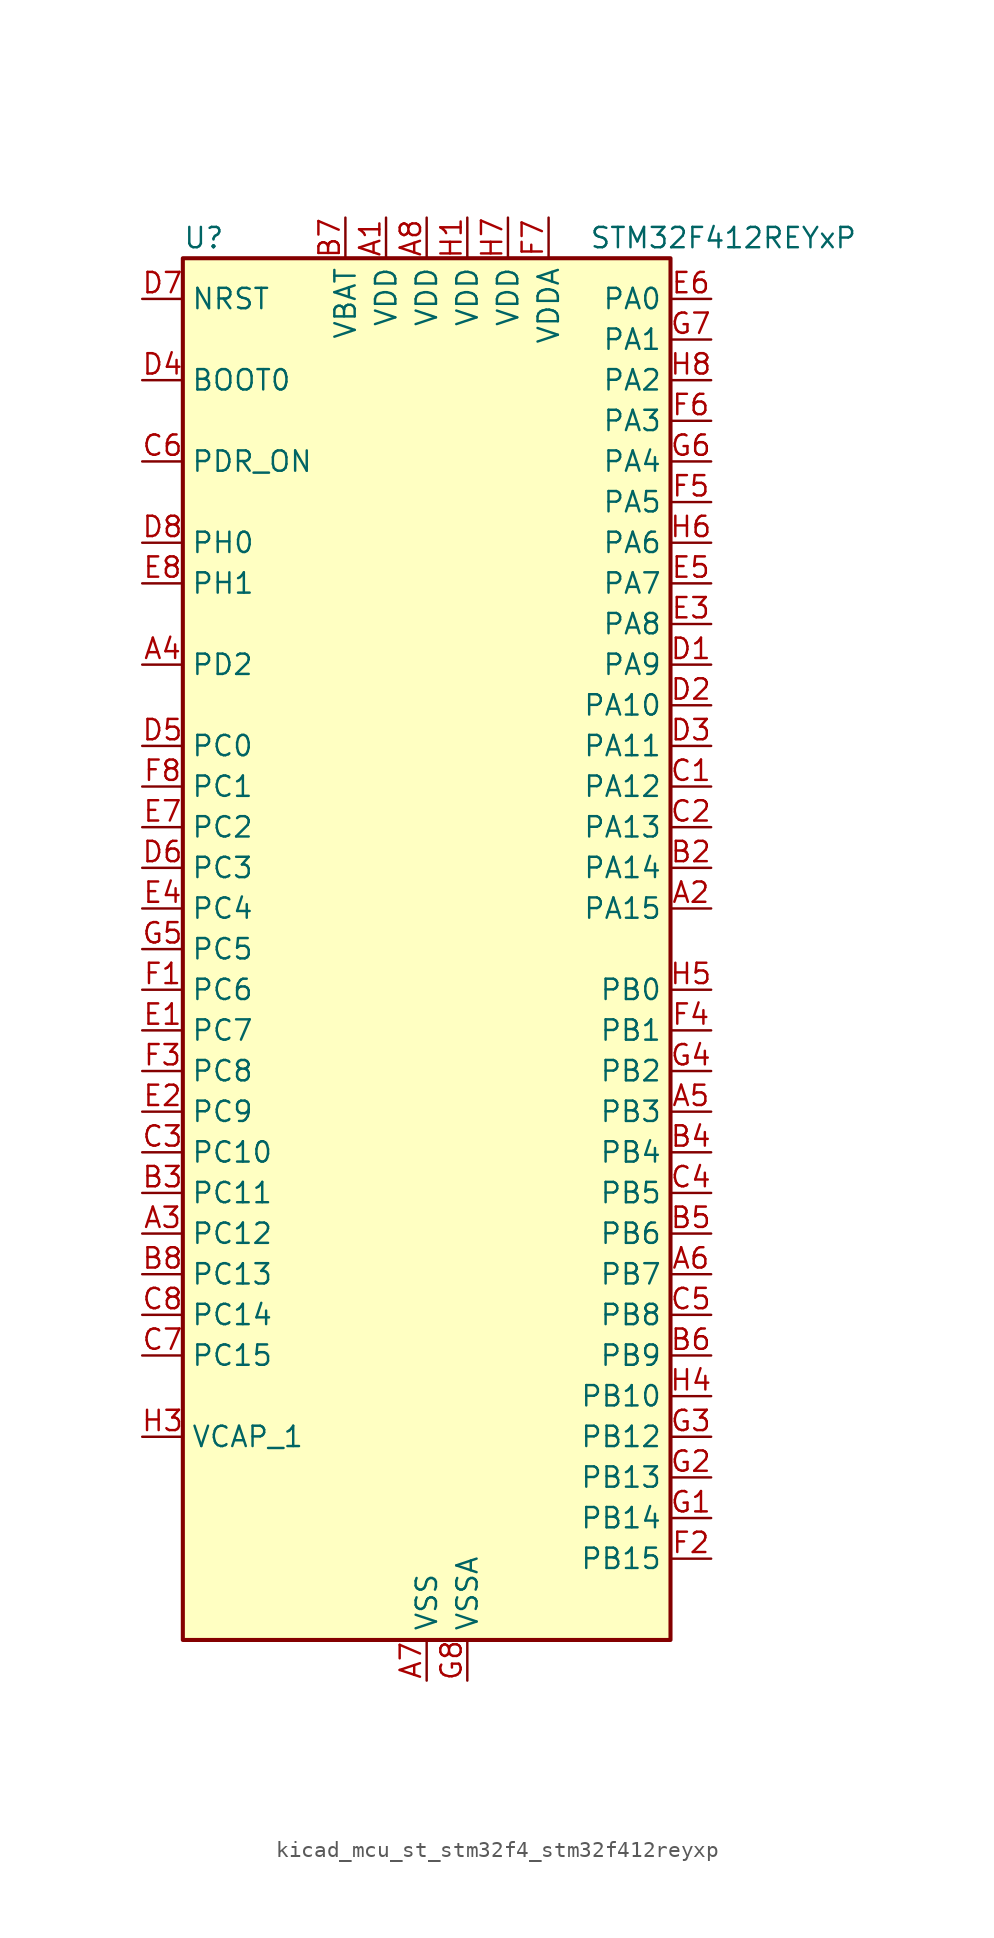
<source format=kicad_sym>
(kicad_symbol_lib
  (version 20220914)
  (generator kicad_symbol_editor)
  (symbol "kicad_mcu_st_stm32f4_stm32f412reyxp"
    (property "Reference" "U"
      (at -15.24 44.45 0)
      (effects (font (size 1.27 1.27)) (justify left)))
    (property "Value" "STM32F412REYxP"
      (at 10.16 44.45 0)
      (effects (font (size 1.27 1.27)) (justify left)))
    (property "ki_locked" ""
      (at 0 0 0)
      (effects (font (size 1.27 1.27))))
    (symbol "kicad_mcu_st_stm32f4_stm32f412reyxp_0_1"
      (rectangle (start -15.24 -43.18) (end 15.24 43.18) (stroke (width 0.254) (type default)) (fill (type background))))
    (symbol "kicad_mcu_st_stm32f4_stm32f412reyxp_1_1"
      (pin power_in line (at -2.54 45.72 270) (length 2.54) (name "VDD" (effects (font (size 1.27 1.27)))) (number "A1" (effects (font (size 1.27 1.27)))))
      (pin bidirectional line (at 17.78 2.54 180) (length 2.54) (name "PA15" (effects (font (size 1.27 1.27)))) (number "A2" (effects (font (size 1.27 1.27)))) (alternate "ADC1_EXTI15" bidirectional line) (alternate "I2S1_WS" bidirectional line) (alternate "I2S3_WS" bidirectional line) (alternate "SPI1_NSS" bidirectional line) (alternate "SPI3_NSS" bidirectional line) (alternate "SYS_JTDI" bidirectional line) (alternate "TIM2_CH1" bidirectional line) (alternate "TIM2_ETR" bidirectional line) (alternate "USART1_TX" bidirectional line))
      (pin bidirectional line (at -17.78 -17.78 0) (length 2.54) (name "PC12" (effects (font (size 1.27 1.27)))) (number "A3" (effects (font (size 1.27 1.27)))) (alternate "FSMC_D3" bidirectional line) (alternate "FSMC_DA3" bidirectional line) (alternate "I2S3_SD" bidirectional line) (alternate "SDIO_CK" bidirectional line) (alternate "SPI3_MOSI" bidirectional line) (alternate "USART3_CK" bidirectional line))
      (pin bidirectional line (at -17.78 17.78 0) (length 2.54) (name "PD2" (effects (font (size 1.27 1.27)))) (number "A4" (effects (font (size 1.27 1.27)))) (alternate "FSMC_NWE" bidirectional line) (alternate "SDIO_CMD" bidirectional line) (alternate "TIM3_ETR" bidirectional line))
      (pin bidirectional line (at 17.78 -10.16 180) (length 2.54) (name "PB3" (effects (font (size 1.27 1.27)))) (number "A5" (effects (font (size 1.27 1.27)))) (alternate "FMPI2C1_SDA" bidirectional line) (alternate "I2C2_SDA" bidirectional line) (alternate "I2S1_CK" bidirectional line) (alternate "I2S3_CK" bidirectional line) (alternate "SPI1_SCK" bidirectional line) (alternate "SPI3_SCK" bidirectional line) (alternate "SYS_JTDO-SWO" bidirectional line) (alternate "TIM2_CH2" bidirectional line) (alternate "USART1_RX" bidirectional line))
      (pin bidirectional line (at 17.78 -20.32 180) (length 2.54) (name "PB7" (effects (font (size 1.27 1.27)))) (number "A6" (effects (font (size 1.27 1.27)))) (alternate "FSMC_NL" bidirectional line) (alternate "I2C1_SDA" bidirectional line) (alternate "TIM4_CH2" bidirectional line) (alternate "USART1_RX" bidirectional line))
      (pin power_in line (at 0 -45.72 90) (length 2.54) (name "VSS" (effects (font (size 1.27 1.27)))) (number "A7" (effects (font (size 1.27 1.27)))))
      (pin power_in line (at 0 45.72 270) (length 2.54) (name "VDD" (effects (font (size 1.27 1.27)))) (number "A8" (effects (font (size 1.27 1.27)))))
      (pin passive line (at 0 -45.72 90) (length 2.54) hide (name "VSS" (effects (font (size 1.27 1.27)))) (number "B1" (effects (font (size 1.27 1.27)))))
      (pin bidirectional line (at 17.78 5.08 180) (length 2.54) (name "PA14" (effects (font (size 1.27 1.27)))) (number "B2" (effects (font (size 1.27 1.27)))) (alternate "SYS_JTCK-SWCLK" bidirectional line))
      (pin bidirectional line (at -17.78 -15.24 0) (length 2.54) (name "PC11" (effects (font (size 1.27 1.27)))) (number "B3" (effects (font (size 1.27 1.27)))) (alternate "ADC1_EXTI11" bidirectional line) (alternate "FSMC_D2" bidirectional line) (alternate "FSMC_DA2" bidirectional line) (alternate "I2S3_ext_SD" bidirectional line) (alternate "QUADSPI_BK2_NCS" bidirectional line) (alternate "SDIO_D3" bidirectional line) (alternate "SPI3_MISO" bidirectional line) (alternate "USART3_RX" bidirectional line))
      (pin bidirectional line (at 17.78 -12.7 180) (length 2.54) (name "PB4" (effects (font (size 1.27 1.27)))) (number "B4" (effects (font (size 1.27 1.27)))) (alternate "I2C3_SDA" bidirectional line) (alternate "I2S3_ext_SD" bidirectional line) (alternate "SDIO_D0" bidirectional line) (alternate "SPI1_MISO" bidirectional line) (alternate "SPI3_MISO" bidirectional line) (alternate "SYS_JTRST" bidirectional line) (alternate "TIM3_CH1" bidirectional line))
      (pin bidirectional line (at 17.78 -17.78 180) (length 2.54) (name "PB6" (effects (font (size 1.27 1.27)))) (number "B5" (effects (font (size 1.27 1.27)))) (alternate "CAN2_TX" bidirectional line) (alternate "I2C1_SCL" bidirectional line) (alternate "QUADSPI_BK1_NCS" bidirectional line) (alternate "SDIO_D0" bidirectional line) (alternate "TIM4_CH1" bidirectional line) (alternate "USART1_TX" bidirectional line))
      (pin bidirectional line (at 17.78 -25.4 180) (length 2.54) (name "PB9" (effects (font (size 1.27 1.27)))) (number "B6" (effects (font (size 1.27 1.27)))) (alternate "CAN1_TX" bidirectional line) (alternate "I2C1_SDA" bidirectional line) (alternate "I2C2_SDA" bidirectional line) (alternate "I2S2_WS" bidirectional line) (alternate "SDIO_D5" bidirectional line) (alternate "SPI2_NSS" bidirectional line) (alternate "TIM11_CH1" bidirectional line) (alternate "TIM4_CH4" bidirectional line))
      (pin power_in line (at -5.08 45.72 270) (length 2.54) (name "VBAT" (effects (font (size 1.27 1.27)))) (number "B7" (effects (font (size 1.27 1.27)))))
      (pin bidirectional line (at -17.78 -20.32 0) (length 2.54) (name "PC13" (effects (font (size 1.27 1.27)))) (number "B8" (effects (font (size 1.27 1.27)))) (alternate "RTC_AF1" bidirectional line))
      (pin bidirectional line (at 17.78 10.16 180) (length 2.54) (name "PA12" (effects (font (size 1.27 1.27)))) (number "C1" (effects (font (size 1.27 1.27)))) (alternate "CAN1_TX" bidirectional line) (alternate "SPI5_MISO" bidirectional line) (alternate "TIM1_ETR" bidirectional line) (alternate "USART1_RTS" bidirectional line) (alternate "USART6_RX" bidirectional line) (alternate "USB_OTG_FS_DP" bidirectional line))
      (pin bidirectional line (at 17.78 7.62 180) (length 2.54) (name "PA13" (effects (font (size 1.27 1.27)))) (number "C2" (effects (font (size 1.27 1.27)))) (alternate "SYS_JTMS-SWDIO" bidirectional line))
      (pin bidirectional line (at -17.78 -12.7 0) (length 2.54) (name "PC10" (effects (font (size 1.27 1.27)))) (number "C3" (effects (font (size 1.27 1.27)))) (alternate "I2S3_CK" bidirectional line) (alternate "QUADSPI_BK1_IO1" bidirectional line) (alternate "SDIO_D2" bidirectional line) (alternate "SPI3_SCK" bidirectional line) (alternate "USART3_TX" bidirectional line))
      (pin bidirectional line (at 17.78 -15.24 180) (length 2.54) (name "PB5" (effects (font (size 1.27 1.27)))) (number "C4" (effects (font (size 1.27 1.27)))) (alternate "CAN2_RX" bidirectional line) (alternate "I2C1_SMBA" bidirectional line) (alternate "I2S1_SD" bidirectional line) (alternate "I2S3_SD" bidirectional line) (alternate "SDIO_D3" bidirectional line) (alternate "SPI1_MOSI" bidirectional line) (alternate "SPI3_MOSI" bidirectional line) (alternate "TIM3_CH2" bidirectional line))
      (pin bidirectional line (at 17.78 -22.86 180) (length 2.54) (name "PB8" (effects (font (size 1.27 1.27)))) (number "C5" (effects (font (size 1.27 1.27)))) (alternate "CAN1_RX" bidirectional line) (alternate "I2C1_SCL" bidirectional line) (alternate "I2C3_SDA" bidirectional line) (alternate "I2S5_SD" bidirectional line) (alternate "SDIO_D4" bidirectional line) (alternate "SPI5_MOSI" bidirectional line) (alternate "TIM10_CH1" bidirectional line) (alternate "TIM4_CH3" bidirectional line))
      (pin input line (at -17.78 30.48 0) (length 2.54) (name "PDR_ON" (effects (font (size 1.27 1.27)))) (number "C6" (effects (font (size 1.27 1.27)))))
      (pin bidirectional line (at -17.78 -25.4 0) (length 2.54) (name "PC15" (effects (font (size 1.27 1.27)))) (number "C7" (effects (font (size 1.27 1.27)))) (alternate "ADC1_EXTI15" bidirectional line) (alternate "RCC_OSC32_OUT" bidirectional line))
      (pin bidirectional line (at -17.78 -22.86 0) (length 2.54) (name "PC14" (effects (font (size 1.27 1.27)))) (number "C8" (effects (font (size 1.27 1.27)))) (alternate "RCC_OSC32_IN" bidirectional line))
      (pin bidirectional line (at 17.78 17.78 180) (length 2.54) (name "PA9" (effects (font (size 1.27 1.27)))) (number "D1" (effects (font (size 1.27 1.27)))) (alternate "I2C3_SMBA" bidirectional line) (alternate "SDIO_D2" bidirectional line) (alternate "TIM1_CH2" bidirectional line) (alternate "USART1_TX" bidirectional line) (alternate "USB_OTG_FS_VBUS" bidirectional line))
      (pin bidirectional line (at 17.78 15.24 180) (length 2.54) (name "PA10" (effects (font (size 1.27 1.27)))) (number "D2" (effects (font (size 1.27 1.27)))) (alternate "I2S5_SD" bidirectional line) (alternate "SPI5_MOSI" bidirectional line) (alternate "TIM1_CH3" bidirectional line) (alternate "USART1_RX" bidirectional line) (alternate "USB_OTG_FS_ID" bidirectional line))
      (pin bidirectional line (at 17.78 12.7 180) (length 2.54) (name "PA11" (effects (font (size 1.27 1.27)))) (number "D3" (effects (font (size 1.27 1.27)))) (alternate "ADC1_EXTI11" bidirectional line) (alternate "CAN1_RX" bidirectional line) (alternate "SPI4_MISO" bidirectional line) (alternate "TIM1_CH4" bidirectional line) (alternate "USART1_CTS" bidirectional line) (alternate "USART6_TX" bidirectional line) (alternate "USB_OTG_FS_DM" bidirectional line))
      (pin input line (at -17.78 35.56 0) (length 2.54) (name "BOOT0" (effects (font (size 1.27 1.27)))) (number "D4" (effects (font (size 1.27 1.27)))))
      (pin bidirectional line (at -17.78 12.7 0) (length 2.54) (name "PC0" (effects (font (size 1.27 1.27)))) (number "D5" (effects (font (size 1.27 1.27)))) (alternate "ADC1_IN10" bidirectional line) (alternate "SYS_WKUP2" bidirectional line))
      (pin bidirectional line (at -17.78 5.08 0) (length 2.54) (name "PC3" (effects (font (size 1.27 1.27)))) (number "D6" (effects (font (size 1.27 1.27)))) (alternate "ADC1_IN13" bidirectional line) (alternate "FSMC_A0" bidirectional line) (alternate "I2S2_SD" bidirectional line) (alternate "SPI2_MOSI" bidirectional line))
      (pin input line (at -17.78 40.64 0) (length 2.54) (name "NRST" (effects (font (size 1.27 1.27)))) (number "D7" (effects (font (size 1.27 1.27)))))
      (pin bidirectional line (at -17.78 25.4 0) (length 2.54) (name "PH0" (effects (font (size 1.27 1.27)))) (number "D8" (effects (font (size 1.27 1.27)))) (alternate "RCC_OSC_IN" bidirectional line))
      (pin bidirectional line (at -17.78 -5.08 0) (length 2.54) (name "PC7" (effects (font (size 1.27 1.27)))) (number "E1" (effects (font (size 1.27 1.27)))) (alternate "DFSDM1_DATIN3" bidirectional line) (alternate "FMPI2C1_SDA" bidirectional line) (alternate "I2S2_CK" bidirectional line) (alternate "I2S3_MCK" bidirectional line) (alternate "SDIO_D7" bidirectional line) (alternate "SPI2_SCK" bidirectional line) (alternate "TIM3_CH2" bidirectional line) (alternate "TIM8_CH2" bidirectional line) (alternate "USART6_RX" bidirectional line))
      (pin bidirectional line (at -17.78 -10.16 0) (length 2.54) (name "PC9" (effects (font (size 1.27 1.27)))) (number "E2" (effects (font (size 1.27 1.27)))) (alternate "I2C3_SDA" bidirectional line) (alternate "I2S_CKIN" bidirectional line) (alternate "QUADSPI_BK1_IO0" bidirectional line) (alternate "RCC_MCO_2" bidirectional line) (alternate "SDIO_D1" bidirectional line) (alternate "TIM3_CH4" bidirectional line) (alternate "TIM8_CH4" bidirectional line))
      (pin bidirectional line (at 17.78 20.32 180) (length 2.54) (name "PA8" (effects (font (size 1.27 1.27)))) (number "E3" (effects (font (size 1.27 1.27)))) (alternate "I2C3_SCL" bidirectional line) (alternate "RCC_MCO_1" bidirectional line) (alternate "SDIO_D1" bidirectional line) (alternate "TIM1_CH1" bidirectional line) (alternate "USART1_CK" bidirectional line) (alternate "USB_OTG_FS_SOF" bidirectional line))
      (pin bidirectional line (at -17.78 2.54 0) (length 2.54) (name "PC4" (effects (font (size 1.27 1.27)))) (number "E4" (effects (font (size 1.27 1.27)))) (alternate "ADC1_IN14" bidirectional line) (alternate "FSMC_NE4" bidirectional line) (alternate "I2S1_MCK" bidirectional line) (alternate "QUADSPI_BK2_IO2" bidirectional line))
      (pin bidirectional line (at 17.78 22.86 180) (length 2.54) (name "PA7" (effects (font (size 1.27 1.27)))) (number "E5" (effects (font (size 1.27 1.27)))) (alternate "ADC1_IN7" bidirectional line) (alternate "I2S1_SD" bidirectional line) (alternate "QUADSPI_BK2_IO1" bidirectional line) (alternate "SPI1_MOSI" bidirectional line) (alternate "TIM14_CH1" bidirectional line) (alternate "TIM1_CH1N" bidirectional line) (alternate "TIM3_CH2" bidirectional line) (alternate "TIM8_CH1N" bidirectional line))
      (pin bidirectional line (at 17.78 40.64 180) (length 2.54) (name "PA0" (effects (font (size 1.27 1.27)))) (number "E6" (effects (font (size 1.27 1.27)))) (alternate "ADC1_IN0" bidirectional line) (alternate "SYS_WKUP1" bidirectional line) (alternate "TIM2_CH1" bidirectional line) (alternate "TIM2_ETR" bidirectional line) (alternate "TIM5_CH1" bidirectional line) (alternate "TIM8_ETR" bidirectional line) (alternate "USART2_CTS" bidirectional line))
      (pin bidirectional line (at -17.78 7.62 0) (length 2.54) (name "PC2" (effects (font (size 1.27 1.27)))) (number "E7" (effects (font (size 1.27 1.27)))) (alternate "ADC1_IN12" bidirectional line) (alternate "DFSDM1_CKOUT" bidirectional line) (alternate "FSMC_NWE" bidirectional line) (alternate "I2S2_ext_SD" bidirectional line) (alternate "SPI2_MISO" bidirectional line))
      (pin bidirectional line (at -17.78 22.86 0) (length 2.54) (name "PH1" (effects (font (size 1.27 1.27)))) (number "E8" (effects (font (size 1.27 1.27)))) (alternate "RCC_OSC_OUT" bidirectional line))
      (pin bidirectional line (at -17.78 -2.54 0) (length 2.54) (name "PC6" (effects (font (size 1.27 1.27)))) (number "F1" (effects (font (size 1.27 1.27)))) (alternate "DFSDM1_CKIN3" bidirectional line) (alternate "FMPI2C1_SCL" bidirectional line) (alternate "FSMC_D1" bidirectional line) (alternate "FSMC_DA1" bidirectional line) (alternate "I2S2_MCK" bidirectional line) (alternate "SDIO_D6" bidirectional line) (alternate "TIM3_CH1" bidirectional line) (alternate "TIM8_CH1" bidirectional line) (alternate "USART6_TX" bidirectional line))
      (pin bidirectional line (at 17.78 -38.1 180) (length 2.54) (name "PB15" (effects (font (size 1.27 1.27)))) (number "F2" (effects (font (size 1.27 1.27)))) (alternate "ADC1_EXTI15" bidirectional line) (alternate "DFSDM1_CKIN2" bidirectional line) (alternate "FMPI2C1_SCL" bidirectional line) (alternate "I2S2_SD" bidirectional line) (alternate "RTC_REFIN" bidirectional line) (alternate "SDIO_CK" bidirectional line) (alternate "SPI2_MOSI" bidirectional line) (alternate "TIM12_CH2" bidirectional line) (alternate "TIM1_CH3N" bidirectional line) (alternate "TIM8_CH3N" bidirectional line))
      (pin bidirectional line (at -17.78 -7.62 0) (length 2.54) (name "PC8" (effects (font (size 1.27 1.27)))) (number "F3" (effects (font (size 1.27 1.27)))) (alternate "QUADSPI_BK1_IO2" bidirectional line) (alternate "SDIO_D0" bidirectional line) (alternate "TIM3_CH3" bidirectional line) (alternate "TIM8_CH3" bidirectional line) (alternate "USART6_CK" bidirectional line))
      (pin bidirectional line (at 17.78 -5.08 180) (length 2.54) (name "PB1" (effects (font (size 1.27 1.27)))) (number "F4" (effects (font (size 1.27 1.27)))) (alternate "ADC1_IN9" bidirectional line) (alternate "DFSDM1_DATIN0" bidirectional line) (alternate "I2S5_WS" bidirectional line) (alternate "QUADSPI_CLK" bidirectional line) (alternate "SPI5_NSS" bidirectional line) (alternate "TIM1_CH3N" bidirectional line) (alternate "TIM3_CH4" bidirectional line) (alternate "TIM8_CH3N" bidirectional line))
      (pin bidirectional line (at 17.78 27.94 180) (length 2.54) (name "PA5" (effects (font (size 1.27 1.27)))) (number "F5" (effects (font (size 1.27 1.27)))) (alternate "ADC1_IN5" bidirectional line) (alternate "DFSDM1_CKIN1" bidirectional line) (alternate "FSMC_D7" bidirectional line) (alternate "FSMC_DA7" bidirectional line) (alternate "I2S1_CK" bidirectional line) (alternate "SPI1_SCK" bidirectional line) (alternate "TIM2_CH1" bidirectional line) (alternate "TIM2_ETR" bidirectional line) (alternate "TIM8_CH1N" bidirectional line))
      (pin bidirectional line (at 17.78 33.02 180) (length 2.54) (name "PA3" (effects (font (size 1.27 1.27)))) (number "F6" (effects (font (size 1.27 1.27)))) (alternate "ADC1_IN3" bidirectional line) (alternate "FSMC_D5" bidirectional line) (alternate "FSMC_DA5" bidirectional line) (alternate "I2S2_MCK" bidirectional line) (alternate "TIM2_CH4" bidirectional line) (alternate "TIM5_CH4" bidirectional line) (alternate "TIM9_CH2" bidirectional line) (alternate "USART2_RX" bidirectional line))
      (pin power_in line (at 7.62 45.72 270) (length 2.54) (name "VDDA" (effects (font (size 1.27 1.27)))) (number "F7" (effects (font (size 1.27 1.27)))))
      (pin bidirectional line (at -17.78 10.16 0) (length 2.54) (name "PC1" (effects (font (size 1.27 1.27)))) (number "F8" (effects (font (size 1.27 1.27)))) (alternate "ADC1_IN11" bidirectional line) (alternate "SYS_WKUP3" bidirectional line))
      (pin bidirectional line (at 17.78 -35.56 180) (length 2.54) (name "PB14" (effects (font (size 1.27 1.27)))) (number "G1" (effects (font (size 1.27 1.27)))) (alternate "DFSDM1_DATIN2" bidirectional line) (alternate "FMPI2C1_SDA" bidirectional line) (alternate "FSMC_D0" bidirectional line) (alternate "FSMC_DA0" bidirectional line) (alternate "I2S2_ext_SD" bidirectional line) (alternate "SDIO_D6" bidirectional line) (alternate "SPI2_MISO" bidirectional line) (alternate "TIM12_CH1" bidirectional line) (alternate "TIM1_CH2N" bidirectional line) (alternate "TIM8_CH2N" bidirectional line) (alternate "USART3_RTS" bidirectional line))
      (pin bidirectional line (at 17.78 -33.02 180) (length 2.54) (name "PB13" (effects (font (size 1.27 1.27)))) (number "G2" (effects (font (size 1.27 1.27)))) (alternate "CAN2_TX" bidirectional line) (alternate "DFSDM1_CKIN1" bidirectional line) (alternate "FMPI2C1_SMBA" bidirectional line) (alternate "I2S2_CK" bidirectional line) (alternate "I2S4_CK" bidirectional line) (alternate "SPI2_SCK" bidirectional line) (alternate "SPI4_SCK" bidirectional line) (alternate "TIM1_CH1N" bidirectional line) (alternate "USART3_CTS" bidirectional line))
      (pin bidirectional line (at 17.78 -30.48 180) (length 2.54) (name "PB12" (effects (font (size 1.27 1.27)))) (number "G3" (effects (font (size 1.27 1.27)))) (alternate "CAN2_RX" bidirectional line) (alternate "DFSDM1_DATIN1" bidirectional line) (alternate "I2C2_SMBA" bidirectional line) (alternate "I2S2_WS" bidirectional line) (alternate "I2S3_CK" bidirectional line) (alternate "I2S4_WS" bidirectional line) (alternate "SPI2_NSS" bidirectional line) (alternate "SPI3_SCK" bidirectional line) (alternate "SPI4_NSS" bidirectional line) (alternate "TIM1_BKIN" bidirectional line) (alternate "USART3_CK" bidirectional line))
      (pin bidirectional line (at 17.78 -7.62 180) (length 2.54) (name "PB2" (effects (font (size 1.27 1.27)))) (number "G4" (effects (font (size 1.27 1.27)))) (alternate "DFSDM1_CKIN0" bidirectional line) (alternate "QUADSPI_CLK" bidirectional line))
      (pin bidirectional line (at -17.78 0 0) (length 2.54) (name "PC5" (effects (font (size 1.27 1.27)))) (number "G5" (effects (font (size 1.27 1.27)))) (alternate "ADC1_IN15" bidirectional line) (alternate "FMPI2C1_SMBA" bidirectional line) (alternate "FSMC_NOE" bidirectional line) (alternate "QUADSPI_BK2_IO3" bidirectional line) (alternate "USART3_RX" bidirectional line))
      (pin bidirectional line (at 17.78 30.48 180) (length 2.54) (name "PA4" (effects (font (size 1.27 1.27)))) (number "G6" (effects (font (size 1.27 1.27)))) (alternate "ADC1_IN4" bidirectional line) (alternate "DFSDM1_DATIN1" bidirectional line) (alternate "FSMC_D6" bidirectional line) (alternate "FSMC_DA6" bidirectional line) (alternate "I2S1_WS" bidirectional line) (alternate "I2S3_WS" bidirectional line) (alternate "SPI1_NSS" bidirectional line) (alternate "SPI3_NSS" bidirectional line) (alternate "USART2_CK" bidirectional line))
      (pin bidirectional line (at 17.78 38.1 180) (length 2.54) (name "PA1" (effects (font (size 1.27 1.27)))) (number "G7" (effects (font (size 1.27 1.27)))) (alternate "ADC1_IN1" bidirectional line) (alternate "I2S4_SD" bidirectional line) (alternate "QUADSPI_BK1_IO3" bidirectional line) (alternate "SPI4_MOSI" bidirectional line) (alternate "TIM2_CH2" bidirectional line) (alternate "TIM5_CH2" bidirectional line) (alternate "USART2_RTS" bidirectional line))
      (pin power_in line (at 2.54 -45.72 90) (length 2.54) (name "VSSA" (effects (font (size 1.27 1.27)))) (number "G8" (effects (font (size 1.27 1.27)))))
      (pin power_in line (at 2.54 45.72 270) (length 2.54) (name "VDD" (effects (font (size 1.27 1.27)))) (number "H1" (effects (font (size 1.27 1.27)))))
      (pin passive line (at 0 -45.72 90) (length 2.54) hide (name "VSS" (effects (font (size 1.27 1.27)))) (number "H2" (effects (font (size 1.27 1.27)))))
      (pin power_out line (at -17.78 -30.48 0) (length 2.54) (name "VCAP_1" (effects (font (size 1.27 1.27)))) (number "H3" (effects (font (size 1.27 1.27)))))
      (pin bidirectional line (at 17.78 -27.94 180) (length 2.54) (name "PB10" (effects (font (size 1.27 1.27)))) (number "H4" (effects (font (size 1.27 1.27)))) (alternate "FMPI2C1_SCL" bidirectional line) (alternate "I2C2_SCL" bidirectional line) (alternate "I2S2_CK" bidirectional line) (alternate "I2S3_MCK" bidirectional line) (alternate "SDIO_D7" bidirectional line) (alternate "SPI2_SCK" bidirectional line) (alternate "TIM2_CH3" bidirectional line) (alternate "USART3_TX" bidirectional line))
      (pin bidirectional line (at 17.78 -2.54 180) (length 2.54) (name "PB0" (effects (font (size 1.27 1.27)))) (number "H5" (effects (font (size 1.27 1.27)))) (alternate "ADC1_IN8" bidirectional line) (alternate "I2S5_CK" bidirectional line) (alternate "SPI5_SCK" bidirectional line) (alternate "TIM1_CH2N" bidirectional line) (alternate "TIM3_CH3" bidirectional line) (alternate "TIM8_CH2N" bidirectional line))
      (pin bidirectional line (at 17.78 25.4 180) (length 2.54) (name "PA6" (effects (font (size 1.27 1.27)))) (number "H6" (effects (font (size 1.27 1.27)))) (alternate "ADC1_IN6" bidirectional line) (alternate "I2S2_MCK" bidirectional line) (alternate "QUADSPI_BK2_IO0" bidirectional line) (alternate "SDIO_CMD" bidirectional line) (alternate "SPI1_MISO" bidirectional line) (alternate "TIM13_CH1" bidirectional line) (alternate "TIM1_BKIN" bidirectional line) (alternate "TIM3_CH1" bidirectional line) (alternate "TIM8_BKIN" bidirectional line))
      (pin power_in line (at 5.08 45.72 270) (length 2.54) (name "VDD" (effects (font (size 1.27 1.27)))) (number "H7" (effects (font (size 1.27 1.27)))))
      (pin bidirectional line (at 17.78 35.56 180) (length 2.54) (name "PA2" (effects (font (size 1.27 1.27)))) (number "H8" (effects (font (size 1.27 1.27)))) (alternate "ADC1_IN2" bidirectional line) (alternate "FSMC_D4" bidirectional line) (alternate "FSMC_DA4" bidirectional line) (alternate "I2S_CKIN" bidirectional line) (alternate "TIM2_CH3" bidirectional line) (alternate "TIM5_CH3" bidirectional line) (alternate "TIM9_CH1" bidirectional line) (alternate "USART2_TX" bidirectional line)))))
</source>
